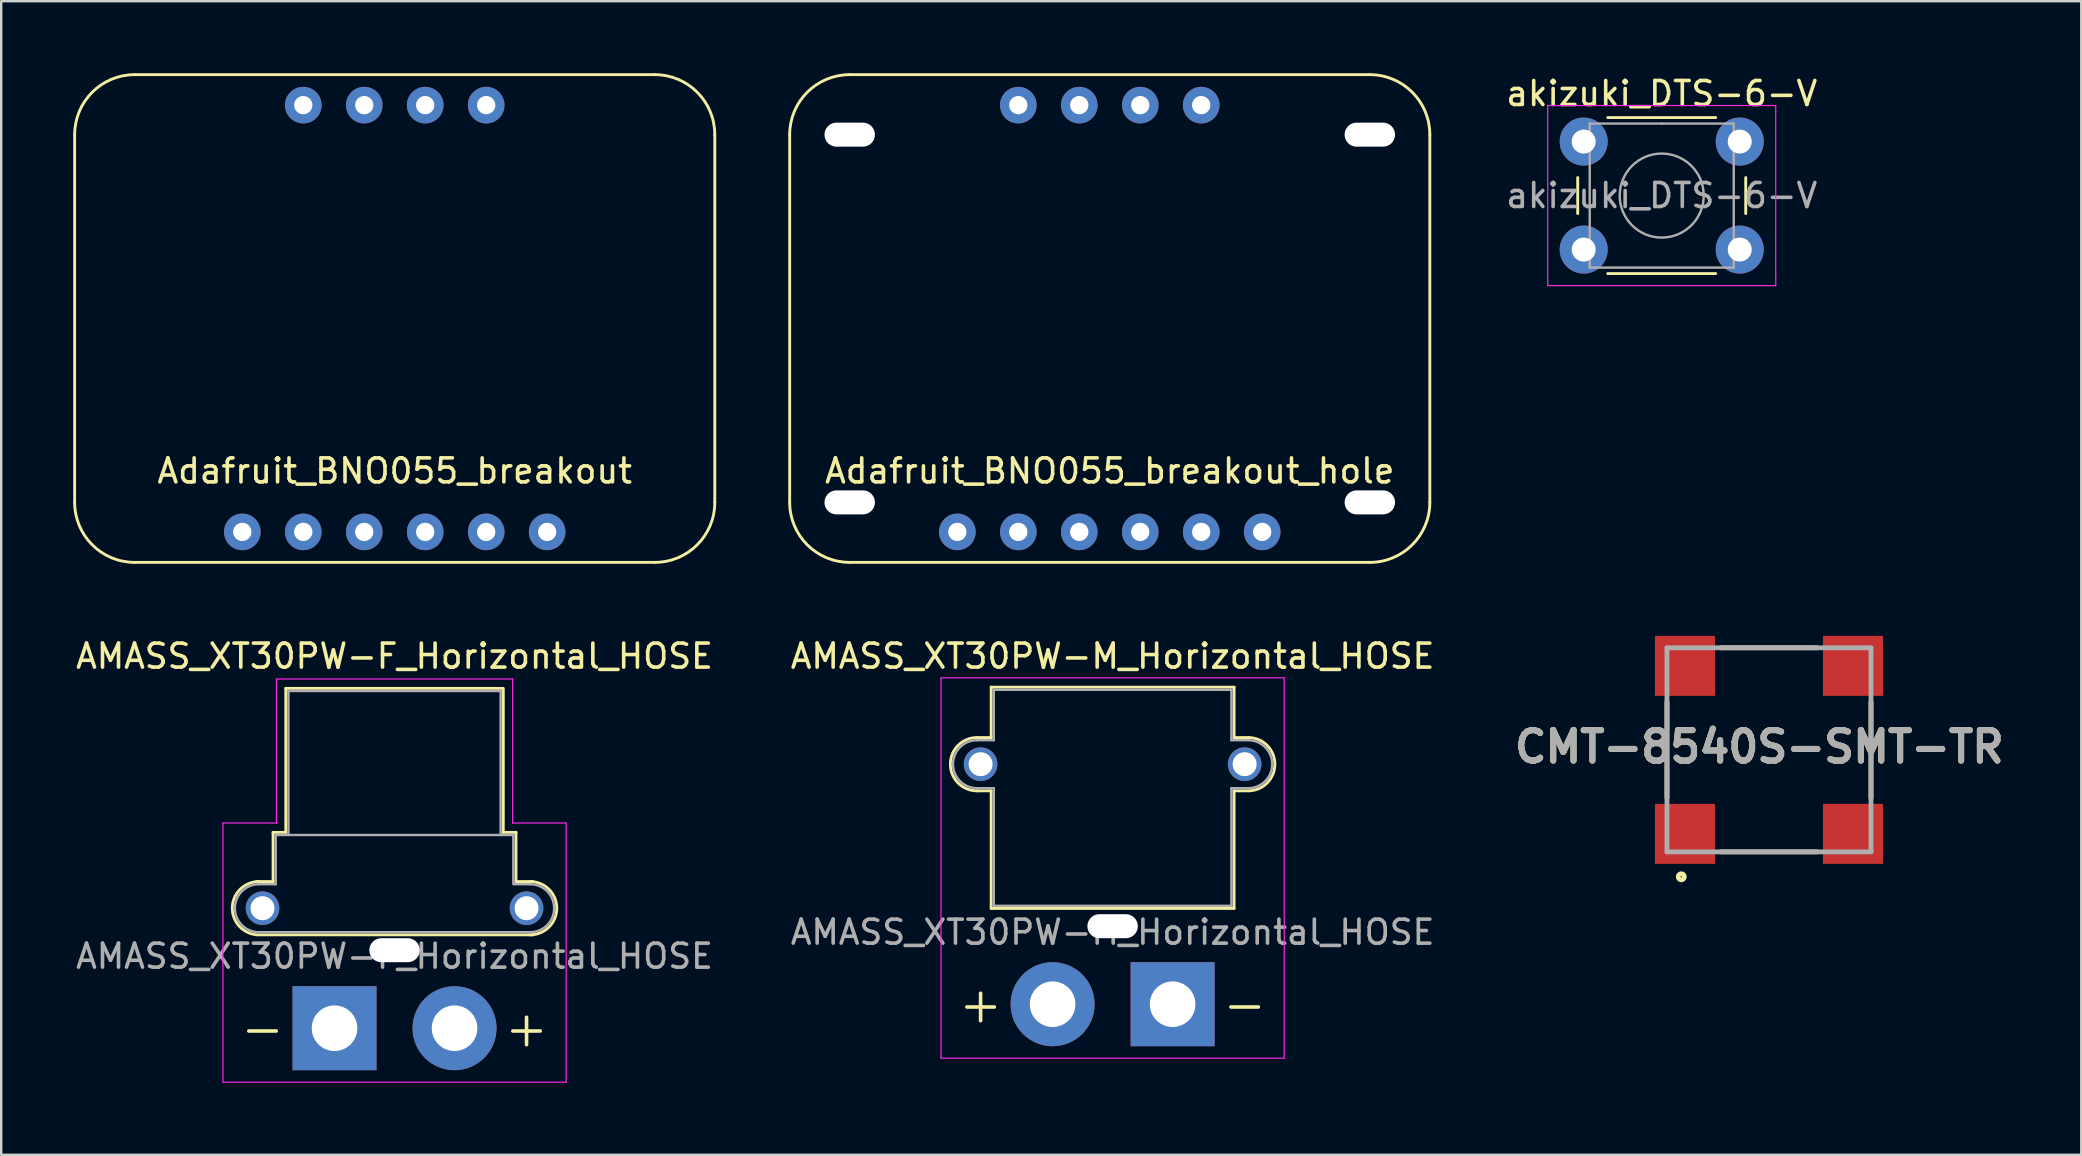
<source format=kicad_pcb>
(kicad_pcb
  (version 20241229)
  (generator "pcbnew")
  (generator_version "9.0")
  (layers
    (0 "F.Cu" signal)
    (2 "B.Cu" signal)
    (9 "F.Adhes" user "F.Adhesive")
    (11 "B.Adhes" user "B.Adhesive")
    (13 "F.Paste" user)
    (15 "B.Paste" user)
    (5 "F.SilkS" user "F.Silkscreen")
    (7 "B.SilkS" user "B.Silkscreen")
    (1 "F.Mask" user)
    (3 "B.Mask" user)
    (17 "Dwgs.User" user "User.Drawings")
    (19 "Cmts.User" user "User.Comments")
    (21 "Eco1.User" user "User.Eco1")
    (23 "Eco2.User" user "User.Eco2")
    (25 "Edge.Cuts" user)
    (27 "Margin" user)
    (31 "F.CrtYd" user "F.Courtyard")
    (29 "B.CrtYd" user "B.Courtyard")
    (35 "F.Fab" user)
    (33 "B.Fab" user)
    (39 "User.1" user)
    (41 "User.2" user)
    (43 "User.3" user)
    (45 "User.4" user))
  (footprint "Adafruit_BNO055_breakout"
    (layer "F.Cu")
    (at 13.395 10.22)
    (property "Reference" "Adafruit_BNO055_breakout" (at 0 6.35 0) (layer "F.SilkS") (effects (font (size 1 1) (thickness 0.15))))
    (attr through_hole)
    (fp_line (start -13.335 -7.66) (end -13.335 7.66) (stroke (width 0.12) (type solid)) (layer "F.SilkS"))
    (fp_line (start -10.835 10.16) (end 10.835 10.16) (stroke (width 0.12) (type solid)) (layer "F.SilkS"))
    (fp_line (start 10.835 -10.16) (end -10.835 -10.16) (stroke (width 0.12) (type solid)) (layer "F.SilkS"))
    (fp_line (start 13.335 7.66) (end 13.335 -7.66) (stroke (width 0.12) (type solid)) (layer "F.SilkS"))
    (fp_arc (start -13.335 -7.66) (mid -12.602767 -9.427767) (end -10.835 -10.16) (stroke (width 0.12) (type solid)) (layer "F.SilkS"))
    (fp_arc (start -10.835 10.16) (mid -12.602767 9.427767) (end -13.335 7.66) (stroke (width 0.12) (type solid)) (layer "F.SilkS"))
    (fp_arc (start 10.835 -10.16) (mid 12.602767 -9.427767) (end 13.335 -7.66) (stroke (width 0.12) (type solid)) (layer "F.SilkS"))
    (fp_arc (start 13.335 7.66) (mid 12.602767 9.427767) (end 10.835 10.16) (stroke (width 0.12) (type solid)) (layer "F.SilkS"))
    (pad "1" thru_hole circle (at -6.35 8.89) (size 1.524 1.524) (drill 0.762) (layers "*.Cu" "*.Mask"))
    (pad "2" thru_hole circle (at -3.81 8.89) (size 1.524 1.524) (drill 0.762) (layers "*.Cu" "*.Mask"))
    (pad "3" thru_hole circle (at -1.27 8.89) (size 1.524 1.524) (drill 0.762) (layers "*.Cu" "*.Mask"))
    (pad "4" thru_hole circle (at 1.27 8.89) (size 1.524 1.524) (drill 0.762) (layers "*.Cu" "*.Mask"))
    (pad "5" thru_hole circle (at 3.81 8.89) (size 1.524 1.524) (drill 0.762) (layers "*.Cu" "*.Mask"))
    (pad "6" thru_hole circle (at 6.35 8.89) (size 1.524 1.524) (drill 0.762) (layers "*.Cu" "*.Mask"))
    (pad "7" thru_hole circle (at -3.81 -8.89) (size 1.524 1.524) (drill 0.762) (layers "*.Cu" "*.Mask"))
    (pad "8" thru_hole circle (at -1.27 -8.89) (size 1.524 1.524) (drill 0.762) (layers "*.Cu" "*.Mask"))
    (pad "9" thru_hole circle (at 1.27 -8.89) (size 1.524 1.524) (drill 0.762) (layers "*.Cu" "*.Mask"))
    (pad "10" thru_hole circle (at 3.81 -8.89) (size 1.524 1.524) (drill 0.762) (layers "*.Cu" "*.Mask")))
  (footprint "CMT-8540S-SMT-TR"
    (layer "F.Cu")
    (at 70.65 28.19)
    (property "Reference" "CMT-8540S-SMT-TR" (at -0.403 -0.127 0) (layer "F.SilkS") (effects (font (size 1.27 1.27) (thickness 0.254))))
    (attr smd)
    (fp_line (start -4.25 -2) (end -4.25 2) (stroke (width 0.2) (type solid)) (layer "F.SilkS"))
    (fp_line (start -2 -4.25) (end 2 -4.25) (stroke (width 0.2) (type solid)) (layer "F.SilkS"))
    (fp_line (start -2 4.25) (end 2 4.25) (stroke (width 0.2) (type solid)) (layer "F.SilkS"))
    (fp_line (start 4.25 -2) (end 4.25 2) (stroke (width 0.2) (type solid)) (layer "F.SilkS"))
    (fp_circle (center -3.654 5.289) (end -3.654 5.316) (stroke (width 0.2) (type solid)) (fill no) (layer "F.SilkS"))
    (fp_line (start -4.25 -4.25) (end 4.25 -4.25) (stroke (width 0.2) (type solid)) (layer "F.Fab"))
    (fp_line (start -4.25 4.25) (end -4.25 -4.25) (stroke (width 0.2) (type solid)) (layer "F.Fab"))
    (fp_line (start 4.25 -4.25) (end 4.25 4.25) (stroke (width 0.2) (type solid)) (layer "F.Fab"))
    (fp_line (start 4.25 4.25) (end -4.25 4.25) (stroke (width 0.2) (type solid)) (layer "F.Fab"))
    (fp_text user "${REFERENCE}" (at -0.403 -0.127 0) (layer "F.Fab") (effects (font (size 1.27 1.27) (thickness 0.254))))
    (pad "1" smd rect (at -3.5 3.5 90) (size 2.5 2.5) (layers "F.Cu" "F.Mask" "F.Paste"))
    (pad "2" smd rect (at 3.5 3.5 90) (size 2.5 2.5) (layers "F.Cu" "F.Mask" "F.Paste"))
    (pad "3" smd rect (at 3.5 -3.5 90) (size 2.5 2.5) (layers "F.Cu" "F.Mask" "F.Paste"))
    (pad "4" smd rect (at -3.5 -3.5 90) (size 2.5 2.5) (layers "F.Cu" "F.Mask" "F.Paste")))
  (footprint "AMASS_XT30PW-M_Horizontal_HOSE"
    (layer "F.Cu")
    (at 45.804 38.788)
    (property "Reference" "AMASS_XT30PW-M_Horizontal_HOSE" (at -2.5 -14.5 0) (layer "F.SilkS") (effects (font (size 1 1) (thickness 0.15))))
    (attr through_hole)
    (fp_line (start -8.15 -11.11) (end -7.56 -11.11) (stroke (width 0.12) (type solid)) (layer "F.SilkS"))
    (fp_line (start -8.15 -8.89) (end -7.56 -8.89) (stroke (width 0.12) (type solid)) (layer "F.SilkS"))
    (fp_line (start -7.56 -13.21) (end -7.56 -11.11) (stroke (width 0.12) (type solid)) (layer "F.SilkS"))
    (fp_line (start -7.56 -13.21) (end 2.56 -13.21) (stroke (width 0.12) (type solid)) (layer "F.SilkS"))
    (fp_line (start -7.56 -8.89) (end -7.56 -3.99) (stroke (width 0.12) (type solid)) (layer "F.SilkS"))
    (fp_line (start -7.56 -3.99) (end 2.56 -3.99) (stroke (width 0.12) (type solid)) (layer "F.SilkS"))
    (fp_line (start 2.56 -13.21) (end 2.56 -11.11) (stroke (width 0.12) (type solid)) (layer "F.SilkS"))
    (fp_line (start 2.56 -11.11) (end 3.15 -11.11) (stroke (width 0.12) (type solid)) (layer "F.SilkS"))
    (fp_line (start 2.56 -8.89) (end 2.56 -3.99) (stroke (width 0.12) (type solid)) (layer "F.SilkS"))
    (fp_line (start 2.56 -8.89) (end 3.15 -8.89) (stroke (width 0.12) (type solid)) (layer "F.SilkS"))
    (fp_arc (start -8.15 -8.89) (mid -9.26 -10) (end -8.15 -11.11) (stroke (width 0.12) (type solid)) (layer "F.SilkS"))
    (fp_arc (start 3.15 -11.11) (mid 4.26 -10) (end 3.15 -8.89) (stroke (width 0.12) (type solid)) (layer "F.SilkS"))
    (fp_line (start -9.65 -13.6) (end -9.65 2.25) (stroke (width 0.05) (type solid)) (layer "F.CrtYd"))
    (fp_line (start -9.65 -13.6) (end 4.65 -13.6) (stroke (width 0.05) (type solid)) (layer "F.CrtYd"))
    (fp_line (start -9.65 2.25) (end 4.65 2.25) (stroke (width 0.05) (type solid)) (layer "F.CrtYd"))
    (fp_line (start 4.65 -13.6) (end 4.65 2.25) (stroke (width 0.05) (type solid)) (layer "F.CrtYd"))
    (fp_line (start -8.15 -11) (end -7.45 -11) (stroke (width 0.1) (type solid)) (layer "F.Fab"))
    (fp_line (start -8.15 -9) (end -7.45 -9) (stroke (width 0.1) (type solid)) (layer "F.Fab"))
    (fp_line (start -7.45 -13.1) (end -7.45 -11) (stroke (width 0.1) (type solid)) (layer "F.Fab"))
    (fp_line (start -7.45 -13.1) (end 2.45 -13.1) (stroke (width 0.1) (type solid)) (layer "F.Fab"))
    (fp_line (start -7.45 -9) (end -7.45 -4.1) (stroke (width 0.1) (type solid)) (layer "F.Fab"))
    (fp_line (start -7.45 -4.1) (end 2.45 -4.1) (stroke (width 0.1) (type solid)) (layer "F.Fab"))
    (fp_line (start 2.45 -13.1) (end 2.45 -11) (stroke (width 0.1) (type solid)) (layer "F.Fab"))
    (fp_line (start 2.45 -11) (end 3.15 -11) (stroke (width 0.1) (type solid)) (layer "F.Fab"))
    (fp_line (start 2.45 -9) (end 2.45 -4.1) (stroke (width 0.1) (type solid)) (layer "F.Fab"))
    (fp_line (start 2.45 -9) (end 3.15 -9) (stroke (width 0.1) (type solid)) (layer "F.Fab"))
    (fp_arc (start -8.15 -9) (mid -9.15 -10) (end -8.15 -11) (stroke (width 0.1) (type solid)) (layer "F.Fab"))
    (fp_arc (start 3.15 -11) (mid 4.15 -10) (end 3.15 -9) (stroke (width 0.1) (type solid)) (layer "F.Fab"))
    (fp_text user "+" (at -8 0 0) (layer "F.SilkS") (effects (font (size 1.5 1.5) (thickness 0.15))))
    (fp_text user "-" (at 3 0 0) (layer "F.SilkS") (effects (font (size 1.5 1.5) (thickness 0.15))))
    (fp_text user "${REFERENCE}" (at -2.5 -3 0) (layer "F.Fab") (effects (font (size 1 1) (thickness 0.15))))
    (pad "" thru_hole circle (at -8 -10) (size 1.4 1.4) (drill 1) (layers "*.Cu" "*.Mask"))
    (pad "" np_thru_hole oval (at -2.5 -3.25 180) (size 2.1 1) (drill oval 2.1 1) (layers "*.Cu" "*.Mask"))
    (pad "" thru_hole circle (at 3 -10) (size 1.4 1.4) (drill 1) (layers "*.Cu" "*.Mask"))
    (pad "1" thru_hole rect (at 0 0) (size 3.5 3.5) (drill 1.9) (layers "*.Cu" "*.Mask"))
    (pad "2" thru_hole circle (at -5 0) (size 3.5 3.5) (drill 1.9) (layers "*.Cu" "*.Mask")))
  (footprint "Adafruit_BNO055_breakout_hole"
    (layer "F.Cu")
    (at 43.185 10.22)
    (property "Reference" "Adafruit_BNO055_breakout_hole" (at 0 6.35 0) (layer "F.SilkS") (effects (font (size 1 1) (thickness 0.15))))
    (attr through_hole)
    (fp_line (start -13.335 -7.66) (end -13.335 7.66) (stroke (width 0.12) (type solid)) (layer "F.SilkS"))
    (fp_line (start -10.835 10.16) (end 10.835 10.16) (stroke (width 0.12) (type solid)) (layer "F.SilkS"))
    (fp_line (start 10.835 -10.16) (end -10.835 -10.16) (stroke (width 0.12) (type solid)) (layer "F.SilkS"))
    (fp_line (start 13.335 7.66) (end 13.335 -7.66) (stroke (width 0.12) (type solid)) (layer "F.SilkS"))
    (fp_arc (start -13.335 -7.66) (mid -12.602767 -9.427767) (end -10.835 -10.16) (stroke (width 0.12) (type solid)) (layer "F.SilkS"))
    (fp_arc (start -10.835 10.16) (mid -12.602767 9.427767) (end -13.335 7.66) (stroke (width 0.12) (type solid)) (layer "F.SilkS"))
    (fp_arc (start 10.835 -10.16) (mid 12.602767 -9.427767) (end 13.335 -7.66) (stroke (width 0.12) (type solid)) (layer "F.SilkS"))
    (fp_arc (start 13.335 7.66) (mid 12.602767 9.427767) (end 10.835 10.16) (stroke (width 0.12) (type solid)) (layer "F.SilkS"))
    (pad "" np_thru_hole oval (at -10.835 -7.66) (size 2.1 1) (drill oval 2.1 1) (layers "*.Cu" "*.Mask"))
    (pad "" np_thru_hole oval (at -10.835 7.66) (size 2.1 1) (drill oval 2.1 1) (layers "*.Cu" "*.Mask"))
    (pad "" np_thru_hole oval (at 10.835 -7.66 180) (size 2.1 1) (drill oval 2.1 1) (layers "*.Cu" "*.Mask"))
    (pad "" np_thru_hole oval (at 10.835 7.66 180) (size 2.1 1) (drill oval 2.1 1) (layers "*.Cu" "*.Mask"))
    (pad "1" thru_hole circle (at -6.35 8.89) (size 1.524 1.524) (drill 0.762) (layers "*.Cu" "*.Mask"))
    (pad "2" thru_hole circle (at -3.81 8.89) (size 1.524 1.524) (drill 0.762) (layers "*.Cu" "*.Mask"))
    (pad "3" thru_hole circle (at -1.27 8.89) (size 1.524 1.524) (drill 0.762) (layers "*.Cu" "*.Mask"))
    (pad "4" thru_hole circle (at 1.27 8.89) (size 1.524 1.524) (drill 0.762) (layers "*.Cu" "*.Mask"))
    (pad "5" thru_hole circle (at 3.81 8.89) (size 1.524 1.524) (drill 0.762) (layers "*.Cu" "*.Mask"))
    (pad "6" thru_hole circle (at 6.35 8.89) (size 1.524 1.524) (drill 0.762) (layers "*.Cu" "*.Mask"))
    (pad "7" thru_hole circle (at -3.81 -8.89) (size 1.524 1.524) (drill 0.762) (layers "*.Cu" "*.Mask"))
    (pad "8" thru_hole circle (at -1.27 -8.89) (size 1.524 1.524) (drill 0.762) (layers "*.Cu" "*.Mask"))
    (pad "9" thru_hole circle (at 1.27 -8.89) (size 1.524 1.524) (drill 0.762) (layers "*.Cu" "*.Mask"))
    (pad "10" thru_hole circle (at 3.81 -8.89) (size 1.524 1.524) (drill 0.762) (layers "*.Cu" "*.Mask")))
  (footprint "akizuki_DTS-6-V"
    (layer "F.Cu")
    (at 62.931 2.848)
    (property "Reference" "akizuki_DTS-6-V" (at 3.25 -2 0) (layer "F.SilkS") (effects (font (size 1 1) (thickness 0.15))))
    (attr through_hole)
    (fp_line (start -0.25 1.5) (end -0.25 3) (stroke (width 0.12) (type solid)) (layer "F.SilkS"))
    (fp_line (start 1 5.5) (end 5.5 5.5) (stroke (width 0.12) (type solid)) (layer "F.SilkS"))
    (fp_line (start 5.5 -1) (end 1 -1) (stroke (width 0.12) (type solid)) (layer "F.SilkS"))
    (fp_line (start 6.75 3) (end 6.75 1.5) (stroke (width 0.12) (type solid)) (layer "F.SilkS"))
    (fp_line (start -1.5 -1.5) (end -1.25 -1.5) (stroke (width 0.05) (type solid)) (layer "F.CrtYd"))
    (fp_line (start -1.5 -1.25) (end -1.5 -1.5) (stroke (width 0.05) (type solid)) (layer "F.CrtYd"))
    (fp_line (start -1.5 5.75) (end -1.5 -1.25) (stroke (width 0.05) (type solid)) (layer "F.CrtYd"))
    (fp_line (start -1.5 5.75) (end -1.5 6) (stroke (width 0.05) (type solid)) (layer "F.CrtYd"))
    (fp_line (start -1.5 6) (end -1.25 6) (stroke (width 0.05) (type solid)) (layer "F.CrtYd"))
    (fp_line (start -1.25 -1.5) (end 7.75 -1.5) (stroke (width 0.05) (type solid)) (layer "F.CrtYd"))
    (fp_line (start 7.75 -1.5) (end 8 -1.5) (stroke (width 0.05) (type solid)) (layer "F.CrtYd"))
    (fp_line (start 7.75 6) (end -1.25 6) (stroke (width 0.05) (type solid)) (layer "F.CrtYd"))
    (fp_line (start 7.75 6) (end 8 6) (stroke (width 0.05) (type solid)) (layer "F.CrtYd"))
    (fp_line (start 8 -1.5) (end 8 -1.25) (stroke (width 0.05) (type solid)) (layer "F.CrtYd"))
    (fp_line (start 8 -1.25) (end 8 5.75) (stroke (width 0.05) (type solid)) (layer "F.CrtYd"))
    (fp_line (start 8 6) (end 8 5.75) (stroke (width 0.05) (type solid)) (layer "F.CrtYd"))
    (fp_line (start 0.25 -0.75) (end 3.25 -0.75) (stroke (width 0.1) (type solid)) (layer "F.Fab"))
    (fp_line (start 0.25 5.25) (end 0.25 -0.75) (stroke (width 0.1) (type solid)) (layer "F.Fab"))
    (fp_line (start 3.25 -0.75) (end 6.25 -0.75) (stroke (width 0.1) (type solid)) (layer "F.Fab"))
    (fp_line (start 6.25 -0.75) (end 6.25 5.25) (stroke (width 0.1) (type solid)) (layer "F.Fab"))
    (fp_line (start 6.25 5.25) (end 0.25 5.25) (stroke (width 0.1) (type solid)) (layer "F.Fab"))
    (fp_circle (center 3.25 2.25) (end 5 2.25) (stroke (width 0.1) (type solid)) (fill no) (layer "F.Fab"))
    (fp_text user "${REFERENCE}" (at 3.25 2.25 0) (layer "F.Fab") (effects (font (size 1 1) (thickness 0.15))))
    (pad "1" thru_hole circle (at 0 0 90) (size 2 2) (drill 1) (layers "*.Cu" "*.Mask"))
    (pad "1" thru_hole circle (at 6.5 0 90) (size 2 2) (drill 1) (layers "*.Cu" "*.Mask"))
    (pad "2" thru_hole circle (at 0 4.5 90) (size 2 2) (drill 1) (layers "*.Cu" "*.Mask"))
    (pad "2" thru_hole circle (at 6.5 4.5 90) (size 2 2) (drill 1) (layers "*.Cu" "*.Mask")))
  (footprint "AMASS_XT30PW-F_Horizontal_HOSE"
    (layer "F.Cu")
    (at 10.887 39.788)
    (property "Reference" "AMASS_XT30PW-F_Horizontal_HOSE" (at 2.5 -15.5 0) (layer "F.SilkS") (effects (font (size 1 1) (thickness 0.15))))
    (attr through_hole)
    (fp_line (start -3.26 -6.11) (end -2.56 -6.11) (stroke (width 0.12) (type solid)) (layer "F.SilkS"))
    (fp_line (start -3.26 -3.89) (end 8.26 -3.89) (stroke (width 0.12) (type solid)) (layer "F.SilkS"))
    (fp_line (start -2.56 -8.16) (end -2.56 -6.11) (stroke (width 0.12) (type solid)) (layer "F.SilkS"))
    (fp_line (start -2.56 -8.16) (end -2.03 -8.16) (stroke (width 0.12) (type solid)) (layer "F.SilkS"))
    (fp_line (start -2.03 -14.16) (end -2.03 -8.16) (stroke (width 0.12) (type solid)) (layer "F.SilkS"))
    (fp_line (start -2.03 -14.16) (end 7 -14.16) (stroke (width 0.12) (type solid)) (layer "F.SilkS"))
    (fp_line (start 7.03 -14.16) (end 7.03 -8.16) (stroke (width 0.12) (type solid)) (layer "F.SilkS"))
    (fp_line (start 7.03 -8.16) (end 7.56 -8.16) (stroke (width 0.12) (type solid)) (layer "F.SilkS"))
    (fp_line (start 7.56 -8.16) (end 7.56 -6.11) (stroke (width 0.12) (type solid)) (layer "F.SilkS"))
    (fp_line (start 7.56 -6.11) (end 8.26 -6.11) (stroke (width 0.12) (type solid)) (layer "F.SilkS"))
    (fp_arc (start -3.321729 -3.903365) (mid -4.256653 -5.086124) (end -3.15 -6.11) (stroke (width 0.12) (type solid)) (layer "F.SilkS"))
    (fp_arc (start 8.15 -6.11) (mid 9.26 -5) (end 8.15 -3.89) (stroke (width 0.12) (type solid)) (layer "F.SilkS"))
    (fp_line (start -4.65 -8.55) (end -4.65 2.25) (stroke (width 0.05) (type solid)) (layer "F.CrtYd"))
    (fp_line (start -4.65 -8.55) (end -2.42 -8.55) (stroke (width 0.05) (type solid)) (layer "F.CrtYd"))
    (fp_line (start -4.65 2.25) (end 9.65 2.25) (stroke (width 0.05) (type solid)) (layer "F.CrtYd"))
    (fp_line (start -2.42 -14.55) (end -2.42 -8.55) (stroke (width 0.05) (type solid)) (layer "F.CrtYd"))
    (fp_line (start -2.42 -14.55) (end 7.42 -14.55) (stroke (width 0.05) (type solid)) (layer "F.CrtYd"))
    (fp_line (start 7.42 -14.55) (end 7.42 -8.55) (stroke (width 0.05) (type solid)) (layer "F.CrtYd"))
    (fp_line (start 7.42 -8.55) (end 9.65 -8.55) (stroke (width 0.05) (type solid)) (layer "F.CrtYd"))
    (fp_line (start 9.65 -8.55) (end 9.65 2.25) (stroke (width 0.05) (type solid)) (layer "F.CrtYd"))
    (fp_line (start -3.15 -6) (end -2.45 -6) (stroke (width 0.1) (type solid)) (layer "F.Fab"))
    (fp_line (start -3.15 -4) (end 8.15 -4) (stroke (width 0.1) (type solid)) (layer "F.Fab"))
    (fp_line (start -2.45 -8.05) (end -2.45 -6) (stroke (width 0.1) (type solid)) (layer "F.Fab"))
    (fp_line (start -2.45 -8.05) (end 7.45 -8.05) (stroke (width 0.1) (type solid)) (layer "F.Fab"))
    (fp_line (start -1.92 -14.05) (end -1.92 -8.05) (stroke (width 0.1) (type solid)) (layer "F.Fab"))
    (fp_line (start -1.92 -14.05) (end 6.92 -14.05) (stroke (width 0.1) (type solid)) (layer "F.Fab"))
    (fp_line (start 6.92 -14.05) (end 6.92 -8.05) (stroke (width 0.1) (type solid)) (layer "F.Fab"))
    (fp_line (start 7.45 -8.05) (end 7.45 -6.05) (stroke (width 0.1) (type solid)) (layer "F.Fab"))
    (fp_line (start 7.45 -6) (end 8.15 -6) (stroke (width 0.1) (type solid)) (layer "F.Fab"))
    (fp_arc (start -3.15 -4) (mid -4.15 -5) (end -3.15 -6) (stroke (width 0.1) (type solid)) (layer "F.Fab"))
    (fp_arc (start 8.15 -6) (mid 9.15 -5) (end 8.15 -4) (stroke (width 0.1) (type solid)) (layer "F.Fab"))
    (fp_text user "+" (at 8 0 0) (layer "F.SilkS") (effects (font (size 1.5 1.5) (thickness 0.15))))
    (fp_text user "-" (at -3 0 0) (layer "F.SilkS") (effects (font (size 1.5 1.5) (thickness 0.15))))
    (fp_text user "${REFERENCE}" (at 2.5 -3 0) (layer "F.Fab") (effects (font (size 1 1) (thickness 0.15))))
    (pad "" thru_hole circle (at -3 -5 90) (size 1.4 1.4) (drill 1) (layers "*.Cu" "*.Mask"))
    (pad "" np_thru_hole oval (at 2.5 -3.25) (size 2.1 1) (drill oval 2.1 1) (layers "*.Cu" "*.Mask"))
    (pad "" thru_hole circle (at 8 -5) (size 1.4 1.4) (drill 1) (layers "*.Cu" "*.Mask"))
    (pad "1" thru_hole rect (at 0 0) (size 3.5 3.5) (drill 1.9) (layers "*.Cu" "*.Mask"))
    (pad "2" thru_hole circle (at 5 0) (size 3.5 3.5) (drill 1.9) (layers "*.Cu" "*.Mask")))
  (gr_rect
    (start -3 -3)
    (end 83.661 45.063)
    (stroke (width 0.1) (type default))
    (fill no)
    (layer "Edge.Cuts")))
</source>
